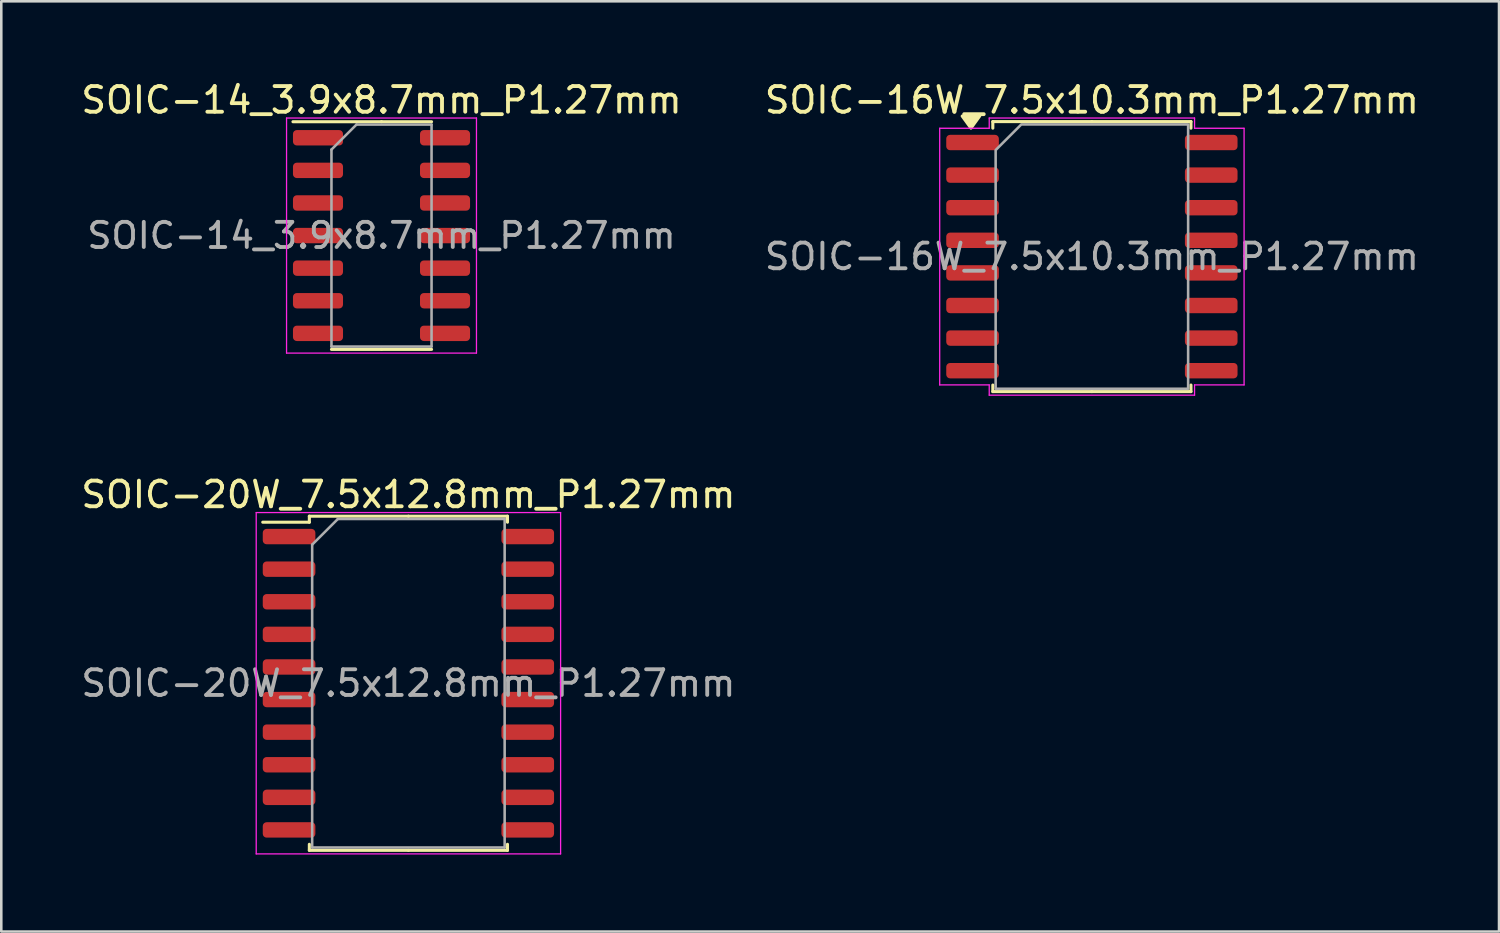
<source format=kicad_pcb>
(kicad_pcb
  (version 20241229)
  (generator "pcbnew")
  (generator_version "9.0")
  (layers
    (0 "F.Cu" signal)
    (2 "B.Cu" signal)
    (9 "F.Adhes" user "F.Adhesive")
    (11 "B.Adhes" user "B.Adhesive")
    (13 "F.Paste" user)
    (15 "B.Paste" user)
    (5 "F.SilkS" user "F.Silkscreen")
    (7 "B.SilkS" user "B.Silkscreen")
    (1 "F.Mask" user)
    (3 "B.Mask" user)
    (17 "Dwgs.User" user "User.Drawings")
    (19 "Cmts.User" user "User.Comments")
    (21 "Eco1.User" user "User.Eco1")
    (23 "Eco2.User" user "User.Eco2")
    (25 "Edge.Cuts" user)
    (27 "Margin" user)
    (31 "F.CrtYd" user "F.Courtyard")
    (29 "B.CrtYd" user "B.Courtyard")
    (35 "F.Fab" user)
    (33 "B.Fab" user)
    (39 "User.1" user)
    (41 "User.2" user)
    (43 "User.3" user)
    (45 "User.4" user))
  (footprint "SOIC-16W_7.5x10.3mm_P1.27mm"
    (layer "F.Cu")
    (at 39.494 6.948)
    (property "Reference" "SOIC-16W_7.5x10.3mm_P1.27mm" (at 0 -6.1 0) (layer "F.SilkS") (effects (font (size 1 1) (thickness 0.15))))
    (attr smd)
    (fp_line (start -3.86 -5.26) (end -3.86 -5.005) (stroke (width 0.12) (type solid)) (layer "F.SilkS"))
    (fp_line (start -3.86 5.26) (end -3.86 5.005) (stroke (width 0.12) (type solid)) (layer "F.SilkS"))
    (fp_line (start 0 -5.26) (end -3.86 -5.26) (stroke (width 0.12) (type solid)) (layer "F.SilkS"))
    (fp_line (start 0 -5.26) (end 3.86 -5.26) (stroke (width 0.12) (type solid)) (layer "F.SilkS"))
    (fp_line (start 0 5.26) (end -3.86 5.26) (stroke (width 0.12) (type solid)) (layer "F.SilkS"))
    (fp_line (start 0 5.26) (end 3.86 5.26) (stroke (width 0.12) (type solid)) (layer "F.SilkS"))
    (fp_line (start 3.86 -5.26) (end 3.86 -5.005) (stroke (width 0.12) (type solid)) (layer "F.SilkS"))
    (fp_line (start 3.86 5.26) (end 3.86 5.005) (stroke (width 0.12) (type solid)) (layer "F.SilkS"))
    (fp_poly (pts (xy -4.713 -5.005) (xy -5.053 -5.475) (xy -4.372 -5.475)) (stroke (width 0.12) (type solid)) (fill yes) (layer "F.SilkS"))
    (fp_line (start -5.93 -5) (end -4 -5) (stroke (width 0.05) (type solid)) (layer "F.CrtYd"))
    (fp_line (start -5.93 5) (end -5.93 -5) (stroke (width 0.05) (type solid)) (layer "F.CrtYd"))
    (fp_line (start -4 -5.4) (end 4 -5.4) (stroke (width 0.05) (type solid)) (layer "F.CrtYd"))
    (fp_line (start -4 -5) (end -4 -5.4) (stroke (width 0.05) (type solid)) (layer "F.CrtYd"))
    (fp_line (start -4 5) (end -5.93 5) (stroke (width 0.05) (type solid)) (layer "F.CrtYd"))
    (fp_line (start -4 5.4) (end -4 5) (stroke (width 0.05) (type solid)) (layer "F.CrtYd"))
    (fp_line (start 4 -5.4) (end 4 -5) (stroke (width 0.05) (type solid)) (layer "F.CrtYd"))
    (fp_line (start 4 -5) (end 5.93 -5) (stroke (width 0.05) (type solid)) (layer "F.CrtYd"))
    (fp_line (start 4 5) (end 4 5.4) (stroke (width 0.05) (type solid)) (layer "F.CrtYd"))
    (fp_line (start 4 5.4) (end -4 5.4) (stroke (width 0.05) (type solid)) (layer "F.CrtYd"))
    (fp_line (start 5.93 -5) (end 5.93 5) (stroke (width 0.05) (type solid)) (layer "F.CrtYd"))
    (fp_line (start 5.93 5) (end 4 5) (stroke (width 0.05) (type solid)) (layer "F.CrtYd"))
    (fp_poly (pts (xy -3.75 -4.15) (xy -3.75 5.15) (xy 3.75 5.15) (xy 3.75 -5.15) (xy -2.75 -5.15)) (stroke (width 0.1) (type solid)) (fill no) (layer "F.Fab"))
    (fp_text user "${REFERENCE}" (at 0 0 0) (layer "F.Fab") (effects (font (size 1 1) (thickness 0.15))))
    (pad "1" smd roundrect (at -4.65 -4.445) (size 2.05 0.6) (layers "F.Cu" "F.Mask" "F.Paste") (roundrect_rratio 0.25))
    (pad "2" smd roundrect (at -4.65 -3.175) (size 2.05 0.6) (layers "F.Cu" "F.Mask" "F.Paste") (roundrect_rratio 0.25))
    (pad "3" smd roundrect (at -4.65 -1.905) (size 2.05 0.6) (layers "F.Cu" "F.Mask" "F.Paste") (roundrect_rratio 0.25))
    (pad "4" smd roundrect (at -4.65 -0.635) (size 2.05 0.6) (layers "F.Cu" "F.Mask" "F.Paste") (roundrect_rratio 0.25))
    (pad "5" smd roundrect (at -4.65 0.635) (size 2.05 0.6) (layers "F.Cu" "F.Mask" "F.Paste") (roundrect_rratio 0.25))
    (pad "6" smd roundrect (at -4.65 1.905) (size 2.05 0.6) (layers "F.Cu" "F.Mask" "F.Paste") (roundrect_rratio 0.25))
    (pad "7" smd roundrect (at -4.65 3.175) (size 2.05 0.6) (layers "F.Cu" "F.Mask" "F.Paste") (roundrect_rratio 0.25))
    (pad "8" smd roundrect (at -4.65 4.445) (size 2.05 0.6) (layers "F.Cu" "F.Mask" "F.Paste") (roundrect_rratio 0.25))
    (pad "9" smd roundrect (at 4.65 4.445) (size 2.05 0.6) (layers "F.Cu" "F.Mask" "F.Paste") (roundrect_rratio 0.25))
    (pad "10" smd roundrect (at 4.65 3.175) (size 2.05 0.6) (layers "F.Cu" "F.Mask" "F.Paste") (roundrect_rratio 0.25))
    (pad "11" smd roundrect (at 4.65 1.905) (size 2.05 0.6) (layers "F.Cu" "F.Mask" "F.Paste") (roundrect_rratio 0.25))
    (pad "12" smd roundrect (at 4.65 0.635) (size 2.05 0.6) (layers "F.Cu" "F.Mask" "F.Paste") (roundrect_rratio 0.25))
    (pad "13" smd roundrect (at 4.65 -0.635) (size 2.05 0.6) (layers "F.Cu" "F.Mask" "F.Paste") (roundrect_rratio 0.25))
    (pad "14" smd roundrect (at 4.65 -1.905) (size 2.05 0.6) (layers "F.Cu" "F.Mask" "F.Paste") (roundrect_rratio 0.25))
    (pad "15" smd roundrect (at 4.65 -3.175) (size 2.05 0.6) (layers "F.Cu" "F.Mask" "F.Paste") (roundrect_rratio 0.25))
    (pad "16" smd roundrect (at 4.65 -4.445) (size 2.05 0.6) (layers "F.Cu" "F.Mask" "F.Paste") (roundrect_rratio 0.25)))
  (footprint "SOIC-14_3.9x8.7mm_P1.27mm"
    (layer "F.Cu")
    (at 11.815 6.128)
    (property "Reference" "SOIC-14_3.9x8.7mm_P1.27mm" (at 0 -5.28 0) (layer "F.SilkS") (effects (font (size 1 1) (thickness 0.15))))
    (attr smd)
    (fp_line (start 0 -4.435) (end -3.45 -4.435) (stroke (width 0.12) (type solid)) (layer "F.SilkS"))
    (fp_line (start 0 -4.435) (end 1.95 -4.435) (stroke (width 0.12) (type solid)) (layer "F.SilkS"))
    (fp_line (start 0 4.435) (end -1.95 4.435) (stroke (width 0.12) (type solid)) (layer "F.SilkS"))
    (fp_line (start 0 4.435) (end 1.95 4.435) (stroke (width 0.12) (type solid)) (layer "F.SilkS"))
    (fp_line (start -3.7 -4.58) (end -3.7 4.58) (stroke (width 0.05) (type solid)) (layer "F.CrtYd"))
    (fp_line (start -3.7 4.58) (end 3.7 4.58) (stroke (width 0.05) (type solid)) (layer "F.CrtYd"))
    (fp_line (start 3.7 -4.58) (end -3.7 -4.58) (stroke (width 0.05) (type solid)) (layer "F.CrtYd"))
    (fp_line (start 3.7 4.58) (end 3.7 -4.58) (stroke (width 0.05) (type solid)) (layer "F.CrtYd"))
    (fp_line (start -1.95 -3.35) (end -0.975 -4.325) (stroke (width 0.1) (type solid)) (layer "F.Fab"))
    (fp_line (start -1.95 4.325) (end -1.95 -3.35) (stroke (width 0.1) (type solid)) (layer "F.Fab"))
    (fp_line (start -0.975 -4.325) (end 1.95 -4.325) (stroke (width 0.1) (type solid)) (layer "F.Fab"))
    (fp_line (start 1.95 -4.325) (end 1.95 4.325) (stroke (width 0.1) (type solid)) (layer "F.Fab"))
    (fp_line (start 1.95 4.325) (end -1.95 4.325) (stroke (width 0.1) (type solid)) (layer "F.Fab"))
    (fp_text user "${REFERENCE}" (at 0 0 0) (layer "F.Fab") (effects (font (size 0.98 0.98) (thickness 0.15))))
    (pad "1" smd roundrect (at -2.475 -3.81) (size 1.95 0.6) (layers "F.Cu" "F.Mask" "F.Paste") (roundrect_rratio 0.25))
    (pad "2" smd roundrect (at -2.475 -2.54) (size 1.95 0.6) (layers "F.Cu" "F.Mask" "F.Paste") (roundrect_rratio 0.25))
    (pad "3" smd roundrect (at -2.475 -1.27) (size 1.95 0.6) (layers "F.Cu" "F.Mask" "F.Paste") (roundrect_rratio 0.25))
    (pad "4" smd roundrect (at -2.475 0) (size 1.95 0.6) (layers "F.Cu" "F.Mask" "F.Paste") (roundrect_rratio 0.25))
    (pad "5" smd roundrect (at -2.475 1.27) (size 1.95 0.6) (layers "F.Cu" "F.Mask" "F.Paste") (roundrect_rratio 0.25))
    (pad "6" smd roundrect (at -2.475 2.54) (size 1.95 0.6) (layers "F.Cu" "F.Mask" "F.Paste") (roundrect_rratio 0.25))
    (pad "7" smd roundrect (at -2.475 3.81) (size 1.95 0.6) (layers "F.Cu" "F.Mask" "F.Paste") (roundrect_rratio 0.25))
    (pad "8" smd roundrect (at 2.475 3.81) (size 1.95 0.6) (layers "F.Cu" "F.Mask" "F.Paste") (roundrect_rratio 0.25))
    (pad "9" smd roundrect (at 2.475 2.54) (size 1.95 0.6) (layers "F.Cu" "F.Mask" "F.Paste") (roundrect_rratio 0.25))
    (pad "10" smd roundrect (at 2.475 1.27) (size 1.95 0.6) (layers "F.Cu" "F.Mask" "F.Paste") (roundrect_rratio 0.25))
    (pad "11" smd roundrect (at 2.475 0) (size 1.95 0.6) (layers "F.Cu" "F.Mask" "F.Paste") (roundrect_rratio 0.25))
    (pad "12" smd roundrect (at 2.475 -1.27) (size 1.95 0.6) (layers "F.Cu" "F.Mask" "F.Paste") (roundrect_rratio 0.25))
    (pad "13" smd roundrect (at 2.475 -2.54) (size 1.95 0.6) (layers "F.Cu" "F.Mask" "F.Paste") (roundrect_rratio 0.25))
    (pad "14" smd roundrect (at 2.475 -3.81) (size 1.95 0.6) (layers "F.Cu" "F.Mask" "F.Paste") (roundrect_rratio 0.25)))
  (footprint "SOIC-20W_7.5x12.8mm_P1.27mm"
    (layer "F.Cu")
    (at 12.863 23.572)
    (property "Reference" "SOIC-20W_7.5x12.8mm_P1.27mm" (at 0 -7.35 0) (layer "F.SilkS") (effects (font (size 1 1) (thickness 0.15))))
    (attr smd)
    (fp_line (start -3.86 -6.51) (end -3.86 -6.275) (stroke (width 0.12) (type solid)) (layer "F.SilkS"))
    (fp_line (start -3.86 -6.275) (end -5.675 -6.275) (stroke (width 0.12) (type solid)) (layer "F.SilkS"))
    (fp_line (start -3.86 6.51) (end -3.86 6.275) (stroke (width 0.12) (type solid)) (layer "F.SilkS"))
    (fp_line (start 0 -6.51) (end -3.86 -6.51) (stroke (width 0.12) (type solid)) (layer "F.SilkS"))
    (fp_line (start 0 -6.51) (end 3.86 -6.51) (stroke (width 0.12) (type solid)) (layer "F.SilkS"))
    (fp_line (start 0 6.51) (end -3.86 6.51) (stroke (width 0.12) (type solid)) (layer "F.SilkS"))
    (fp_line (start 0 6.51) (end 3.86 6.51) (stroke (width 0.12) (type solid)) (layer "F.SilkS"))
    (fp_line (start 3.86 -6.51) (end 3.86 -6.275) (stroke (width 0.12) (type solid)) (layer "F.SilkS"))
    (fp_line (start 3.86 6.51) (end 3.86 6.275) (stroke (width 0.12) (type solid)) (layer "F.SilkS"))
    (fp_line (start -5.93 -6.65) (end -5.93 6.65) (stroke (width 0.05) (type solid)) (layer "F.CrtYd"))
    (fp_line (start -5.93 6.65) (end 5.93 6.65) (stroke (width 0.05) (type solid)) (layer "F.CrtYd"))
    (fp_line (start 5.93 -6.65) (end -5.93 -6.65) (stroke (width 0.05) (type solid)) (layer "F.CrtYd"))
    (fp_line (start 5.93 6.65) (end 5.93 -6.65) (stroke (width 0.05) (type solid)) (layer "F.CrtYd"))
    (fp_line (start -3.75 -5.4) (end -2.75 -6.4) (stroke (width 0.1) (type solid)) (layer "F.Fab"))
    (fp_line (start -3.75 6.4) (end -3.75 -5.4) (stroke (width 0.1) (type solid)) (layer "F.Fab"))
    (fp_line (start -2.75 -6.4) (end 3.75 -6.4) (stroke (width 0.1) (type solid)) (layer "F.Fab"))
    (fp_line (start 3.75 -6.4) (end 3.75 6.4) (stroke (width 0.1) (type solid)) (layer "F.Fab"))
    (fp_line (start 3.75 6.4) (end -3.75 6.4) (stroke (width 0.1) (type solid)) (layer "F.Fab"))
    (fp_text user "${REFERENCE}" (at 0 0 0) (layer "F.Fab") (effects (font (size 1 1) (thickness 0.15))))
    (pad "1" smd roundrect (at -4.65 -5.715) (size 2.05 0.6) (layers "F.Cu" "F.Mask" "F.Paste") (roundrect_rratio 0.25))
    (pad "2" smd roundrect (at -4.65 -4.445) (size 2.05 0.6) (layers "F.Cu" "F.Mask" "F.Paste") (roundrect_rratio 0.25))
    (pad "3" smd roundrect (at -4.65 -3.175) (size 2.05 0.6) (layers "F.Cu" "F.Mask" "F.Paste") (roundrect_rratio 0.25))
    (pad "4" smd roundrect (at -4.65 -1.905) (size 2.05 0.6) (layers "F.Cu" "F.Mask" "F.Paste") (roundrect_rratio 0.25))
    (pad "5" smd roundrect (at -4.65 -0.635) (size 2.05 0.6) (layers "F.Cu" "F.Mask" "F.Paste") (roundrect_rratio 0.25))
    (pad "6" smd roundrect (at -4.65 0.635) (size 2.05 0.6) (layers "F.Cu" "F.Mask" "F.Paste") (roundrect_rratio 0.25))
    (pad "7" smd roundrect (at -4.65 1.905) (size 2.05 0.6) (layers "F.Cu" "F.Mask" "F.Paste") (roundrect_rratio 0.25))
    (pad "8" smd roundrect (at -4.65 3.175) (size 2.05 0.6) (layers "F.Cu" "F.Mask" "F.Paste") (roundrect_rratio 0.25))
    (pad "9" smd roundrect (at -4.65 4.445) (size 2.05 0.6) (layers "F.Cu" "F.Mask" "F.Paste") (roundrect_rratio 0.25))
    (pad "10" smd roundrect (at -4.65 5.715) (size 2.05 0.6) (layers "F.Cu" "F.Mask" "F.Paste") (roundrect_rratio 0.25))
    (pad "11" smd roundrect (at 4.65 5.715) (size 2.05 0.6) (layers "F.Cu" "F.Mask" "F.Paste") (roundrect_rratio 0.25))
    (pad "12" smd roundrect (at 4.65 4.445) (size 2.05 0.6) (layers "F.Cu" "F.Mask" "F.Paste") (roundrect_rratio 0.25))
    (pad "13" smd roundrect (at 4.65 3.175) (size 2.05 0.6) (layers "F.Cu" "F.Mask" "F.Paste") (roundrect_rratio 0.25))
    (pad "14" smd roundrect (at 4.65 1.905) (size 2.05 0.6) (layers "F.Cu" "F.Mask" "F.Paste") (roundrect_rratio 0.25))
    (pad "15" smd roundrect (at 4.65 0.635) (size 2.05 0.6) (layers "F.Cu" "F.Mask" "F.Paste") (roundrect_rratio 0.25))
    (pad "16" smd roundrect (at 4.65 -0.635) (size 2.05 0.6) (layers "F.Cu" "F.Mask" "F.Paste") (roundrect_rratio 0.25))
    (pad "17" smd roundrect (at 4.65 -1.905) (size 2.05 0.6) (layers "F.Cu" "F.Mask" "F.Paste") (roundrect_rratio 0.25))
    (pad "18" smd roundrect (at 4.65 -3.175) (size 2.05 0.6) (layers "F.Cu" "F.Mask" "F.Paste") (roundrect_rratio 0.25))
    (pad "19" smd roundrect (at 4.65 -4.445) (size 2.05 0.6) (layers "F.Cu" "F.Mask" "F.Paste") (roundrect_rratio 0.25))
    (pad "20" smd roundrect (at 4.65 -5.715) (size 2.05 0.6) (layers "F.Cu" "F.Mask" "F.Paste") (roundrect_rratio 0.25)))
  (gr_rect
    (start -3 -3)
    (end 55.357 33.246)
    (stroke (width 0.1) (type default))
    (fill no)
    (layer "Edge.Cuts")))
</source>
